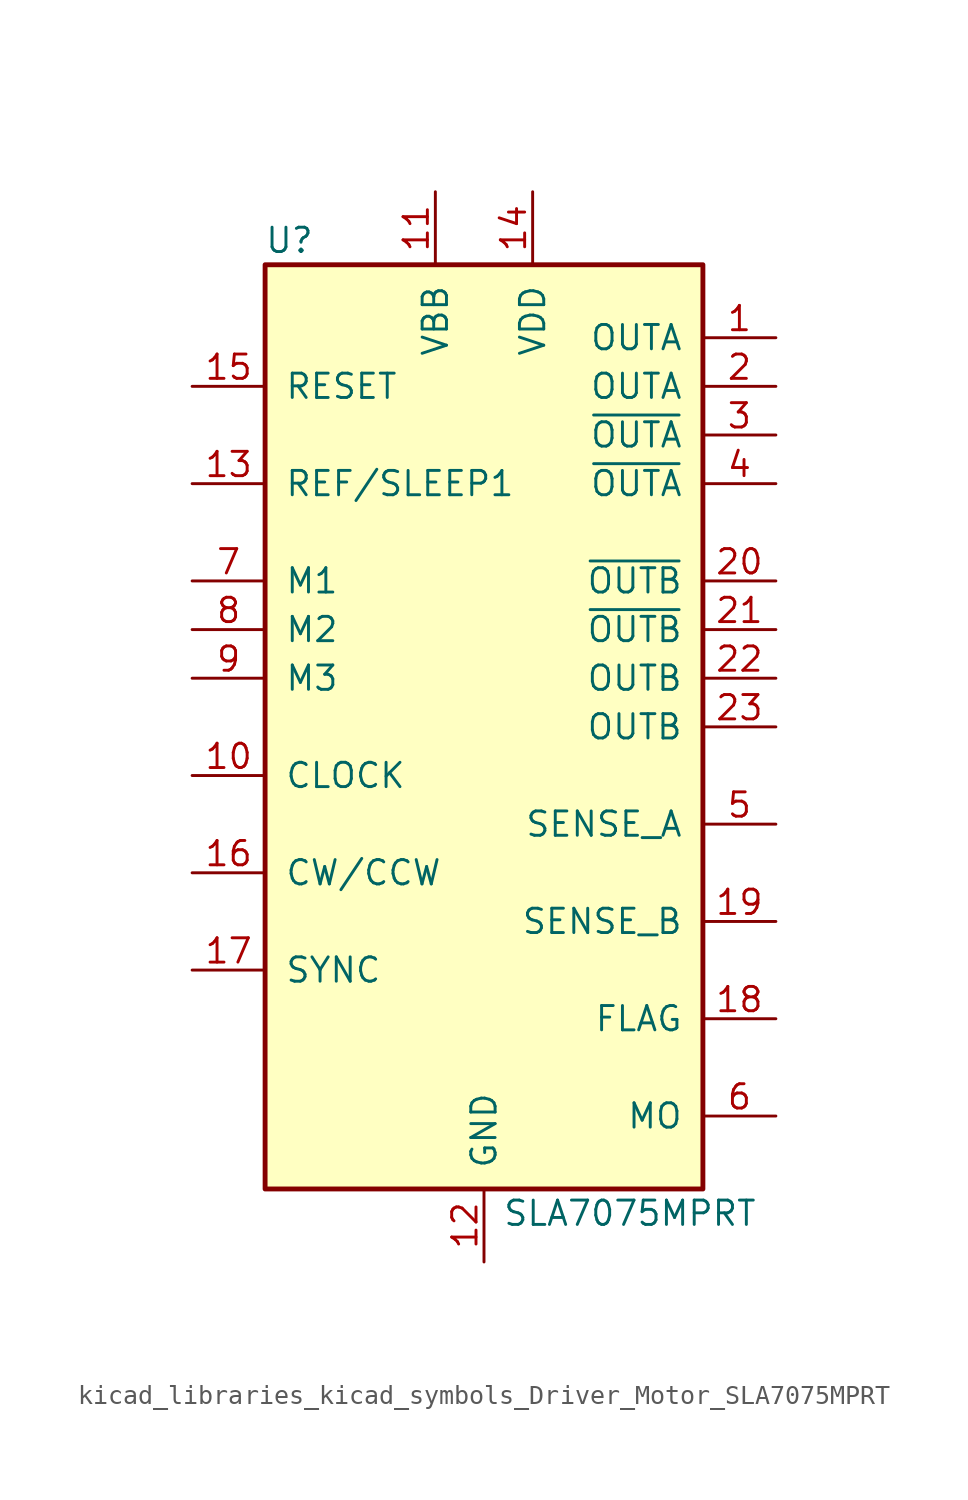
<source format=kicad_sym>
(kicad_symbol_lib
  (version 20220914)
  (generator kicad_symbol_editor)
  (symbol "kicad_libraries_kicad_symbols_Driver_Motor_SLA7075MPRT"
    (pin_names
      (offset 1.016))
    (property "Reference" "U"
      (at -10.16 25.4 0)
      (effects (font (size 1.27 1.27))))
    (property "Value" "SLA7075MPRT"
      (at 7.62 -25.4 0)
      (effects (font (size 1.27 1.27))))
    (symbol "kicad_libraries_kicad_symbols_Driver_Motor_SLA7075MPRT_0_1"
      (rectangle (start -11.43 24.13) (end 11.43 -24.13) (stroke (width 0.254) (type default)) (fill (type background))))
    (symbol "kicad_libraries_kicad_symbols_Driver_Motor_SLA7075MPRT_1_1"
      (pin output line (at 15.24 20.32 180) (length 3.81) (name "OUTA" (effects (font (size 1.27 1.27)))) (number "1" (effects (font (size 1.27 1.27)))))
      (pin input line (at -15.24 -2.54 0) (length 3.81) (name "CLOCK" (effects (font (size 1.27 1.27)))) (number "10" (effects (font (size 1.27 1.27)))))
      (pin power_in line (at -2.54 27.94 270) (length 3.81) (name "VBB" (effects (font (size 1.27 1.27)))) (number "11" (effects (font (size 1.27 1.27)))))
      (pin power_in line (at 0 -27.94 90) (length 3.81) (name "GND" (effects (font (size 1.27 1.27)))) (number "12" (effects (font (size 1.27 1.27)))))
      (pin input line (at -15.24 12.7 0) (length 3.81) (name "REF/SLEEP1" (effects (font (size 1.27 1.27)))) (number "13" (effects (font (size 1.27 1.27)))))
      (pin power_in line (at 2.54 27.94 270) (length 3.81) (name "VDD" (effects (font (size 1.27 1.27)))) (number "14" (effects (font (size 1.27 1.27)))))
      (pin input line (at -15.24 17.78 0) (length 3.81) (name "RESET" (effects (font (size 1.27 1.27)))) (number "15" (effects (font (size 1.27 1.27)))))
      (pin input line (at -15.24 -7.62 0) (length 3.81) (name "CW/CCW" (effects (font (size 1.27 1.27)))) (number "16" (effects (font (size 1.27 1.27)))))
      (pin input line (at -15.24 -12.7 0) (length 3.81) (name "SYNC" (effects (font (size 1.27 1.27)))) (number "17" (effects (font (size 1.27 1.27)))))
      (pin output line (at 15.24 -15.24 180) (length 3.81) (name "FLAG" (effects (font (size 1.27 1.27)))) (number "18" (effects (font (size 1.27 1.27)))))
      (pin output line (at 15.24 -10.16 180) (length 3.81) (name "SENSE_B" (effects (font (size 1.27 1.27)))) (number "19" (effects (font (size 1.27 1.27)))))
      (pin output line (at 15.24 17.78 180) (length 3.81) (name "OUTA" (effects (font (size 1.27 1.27)))) (number "2" (effects (font (size 1.27 1.27)))))
      (pin output line (at 15.24 7.62 180) (length 3.81) (name "~{OUTB}" (effects (font (size 1.27 1.27)))) (number "20" (effects (font (size 1.27 1.27)))))
      (pin output line (at 15.24 5.08 180) (length 3.81) (name "~{OUTB}" (effects (font (size 1.27 1.27)))) (number "21" (effects (font (size 1.27 1.27)))))
      (pin output line (at 15.24 2.54 180) (length 3.81) (name "OUTB" (effects (font (size 1.27 1.27)))) (number "22" (effects (font (size 1.27 1.27)))))
      (pin output line (at 15.24 0 180) (length 3.81) (name "OUTB" (effects (font (size 1.27 1.27)))) (number "23" (effects (font (size 1.27 1.27)))))
      (pin output line (at 15.24 15.24 180) (length 3.81) (name "~{OUTA}" (effects (font (size 1.27 1.27)))) (number "3" (effects (font (size 1.27 1.27)))))
      (pin output line (at 15.24 12.7 180) (length 3.81) (name "~{OUTA}" (effects (font (size 1.27 1.27)))) (number "4" (effects (font (size 1.27 1.27)))))
      (pin output line (at 15.24 -5.08 180) (length 3.81) (name "SENSE_A" (effects (font (size 1.27 1.27)))) (number "5" (effects (font (size 1.27 1.27)))))
      (pin output line (at 15.24 -20.32 180) (length 3.81) (name "MO" (effects (font (size 1.27 1.27)))) (number "6" (effects (font (size 1.27 1.27)))))
      (pin input line (at -15.24 7.62 0) (length 3.81) (name "M1" (effects (font (size 1.27 1.27)))) (number "7" (effects (font (size 1.27 1.27)))))
      (pin input line (at -15.24 5.08 0) (length 3.81) (name "M2" (effects (font (size 1.27 1.27)))) (number "8" (effects (font (size 1.27 1.27)))))
      (pin input line (at -15.24 2.54 0) (length 3.81) (name "M3" (effects (font (size 1.27 1.27)))) (number "9" (effects (font (size 1.27 1.27))))))))
</source>
